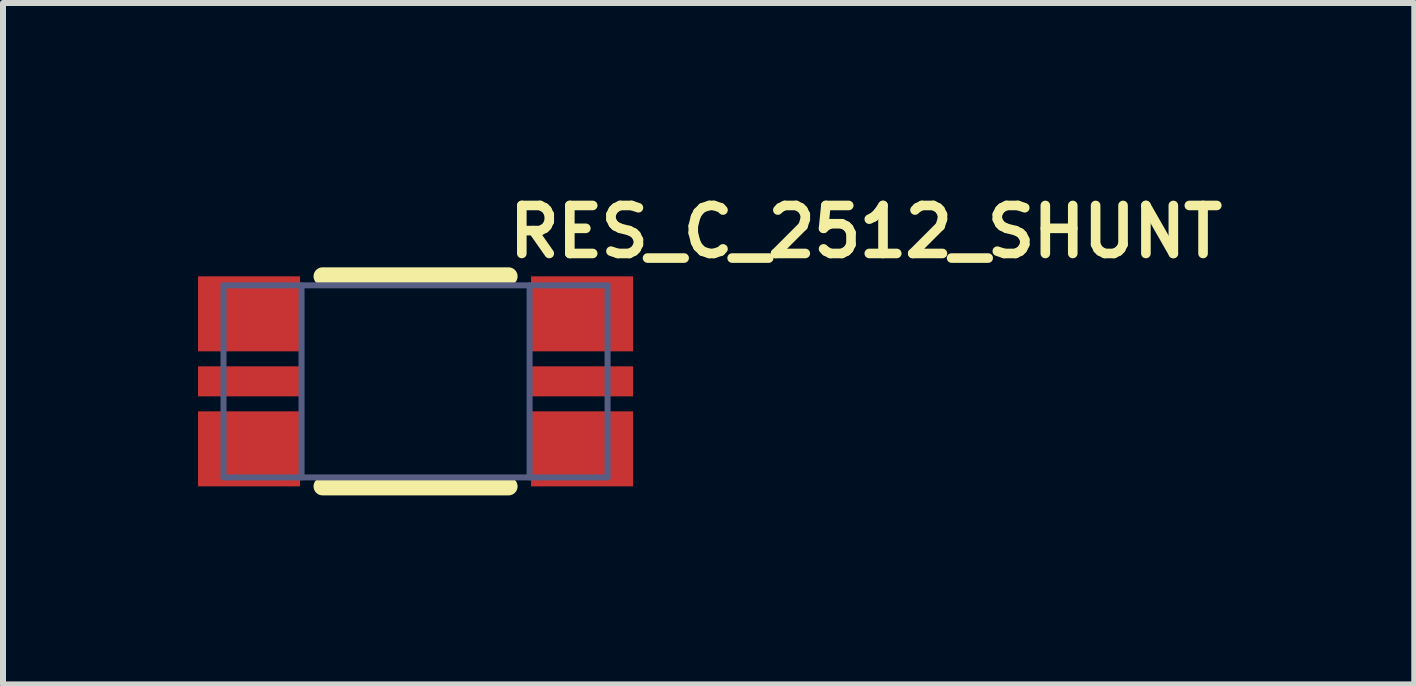
<source format=kicad_pcb>
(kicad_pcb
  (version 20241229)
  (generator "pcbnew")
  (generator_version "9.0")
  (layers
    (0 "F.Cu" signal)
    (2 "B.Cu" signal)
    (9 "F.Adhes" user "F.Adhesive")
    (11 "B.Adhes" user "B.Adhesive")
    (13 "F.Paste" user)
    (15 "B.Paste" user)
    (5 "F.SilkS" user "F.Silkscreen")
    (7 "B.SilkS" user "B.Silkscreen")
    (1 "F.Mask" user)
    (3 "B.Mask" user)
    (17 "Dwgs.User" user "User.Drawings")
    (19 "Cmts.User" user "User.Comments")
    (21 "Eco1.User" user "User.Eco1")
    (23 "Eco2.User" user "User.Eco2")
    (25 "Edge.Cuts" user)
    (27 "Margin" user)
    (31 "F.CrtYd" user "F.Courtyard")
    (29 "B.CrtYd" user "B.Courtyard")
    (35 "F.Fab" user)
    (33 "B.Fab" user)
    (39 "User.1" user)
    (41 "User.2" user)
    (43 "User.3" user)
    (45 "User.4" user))
  (footprint "RES_C_2512_SHUNT"
    (layer "F.Cu")
    (at 3.875 3.305)
    (property "Reference" "RES_C_2512_SHUNT" (at 1.475 -2.025 0) (unlocked yes) (layer "F.SilkS") (effects (font (size 0.8 0.8) (thickness 0.16)) (justify left bottom)))
    (fp_line (start -1.55 -1.75) (end 1.55 -1.75) (stroke (width 0.3) (type solid)) (layer "F.SilkS"))
    (fp_line (start -1.55 1.75) (end 1.55 1.75) (stroke (width 0.3) (type solid)) (layer "F.SilkS"))
    (fp_line (start -3.2 -1.6) (end -3.2 1.6) (stroke (width 0.1) (type solid)) (layer "B.Fab"))
    (fp_line (start -3.2 -1.6) (end 3.2 -1.6) (stroke (width 0.1) (type solid)) (layer "B.Fab"))
    (fp_line (start -3.2 1.6) (end 3.2 1.6) (stroke (width 0.1) (type solid)) (layer "B.Fab"))
    (fp_line (start -1.9 -1.6) (end -1.9 1.6) (stroke (width 0.1) (type solid)) (layer "B.Fab"))
    (fp_line (start 1.9 -1.6) (end 1.9 1.6) (stroke (width 0.1) (type solid)) (layer "B.Fab"))
    (fp_line (start 3.2 -1.6) (end 3.2 1.6) (stroke (width 0.1) (type solid)) (layer "B.Fab"))
    (fp_line (start -3.825 -2) (end -3.825 2) (stroke (width 0.1) (type solid)) (layer "User.11"))
    (fp_line (start -3.825 -2) (end 3.825 -2) (stroke (width 0.1) (type solid)) (layer "User.11"))
    (fp_line (start -3.825 2) (end 3.825 2) (stroke (width 0.1) (type solid)) (layer "User.11"))
    (fp_line (start 3.825 -2) (end 3.825 2) (stroke (width 0.1) (type solid)) (layer "User.11"))
    (fp_line (start -3.825 -2) (end -3.825 2) (stroke (width 0.1) (type solid)) (layer "User.13"))
    (fp_line (start -3.825 -2) (end 3.825 -2) (stroke (width 0.1) (type solid)) (layer "User.13"))
    (fp_line (start -3.825 2) (end 3.825 2) (stroke (width 0.1) (type solid)) (layer "User.13"))
    (fp_line (start -0.5 0) (end 0.5 0) (stroke (width 0.1) (type solid)) (layer "User.13"))
    (fp_line (start 0 -0.5) (end 0 0.5) (stroke (width 0.1) (type solid)) (layer "User.13"))
    (fp_line (start 3.825 -2) (end 3.825 2) (stroke (width 0.1) (type solid)) (layer "User.13"))
    (fp_text user "${REFERENCE}" (at -1.7 0.623 0) (unlocked yes) (layer "User.11") (effects (font (size 1 1) (thickness 0.2)) (justify left bottom)))
    (pad "1" smd rect (at -2.775 -1.125 90) (size 1.25 1.7) (layers "F.Cu" "F.Mask" "F.Paste"))
    (pad "1" smd rect (at -2.775 1.125 90) (size 1.25 1.7) (layers "F.Cu" "F.Mask" "F.Paste"))
    (pad "2" smd rect (at 2.775 -1.125 90) (size 1.25 1.7) (layers "F.Cu" "F.Mask" "F.Paste"))
    (pad "2" smd rect (at 2.775 1.125 90) (size 1.25 1.7) (layers "F.Cu" "F.Mask" "F.Paste"))
    (pad "3" smd rect (at -2.775 0 90) (size 0.5 1.7) (layers "F.Cu" "F.Mask" "F.Paste"))
    (pad "4" smd rect (at 2.775 0 90) (size 0.5 1.7) (layers "F.Cu" "F.Mask" "F.Paste")))
  (gr_rect
    (start -3 -3)
    (end 20.518 8.355)
    (stroke (width 0.1) (type default))
    (fill no)
    (layer "Edge.Cuts")))
</source>
